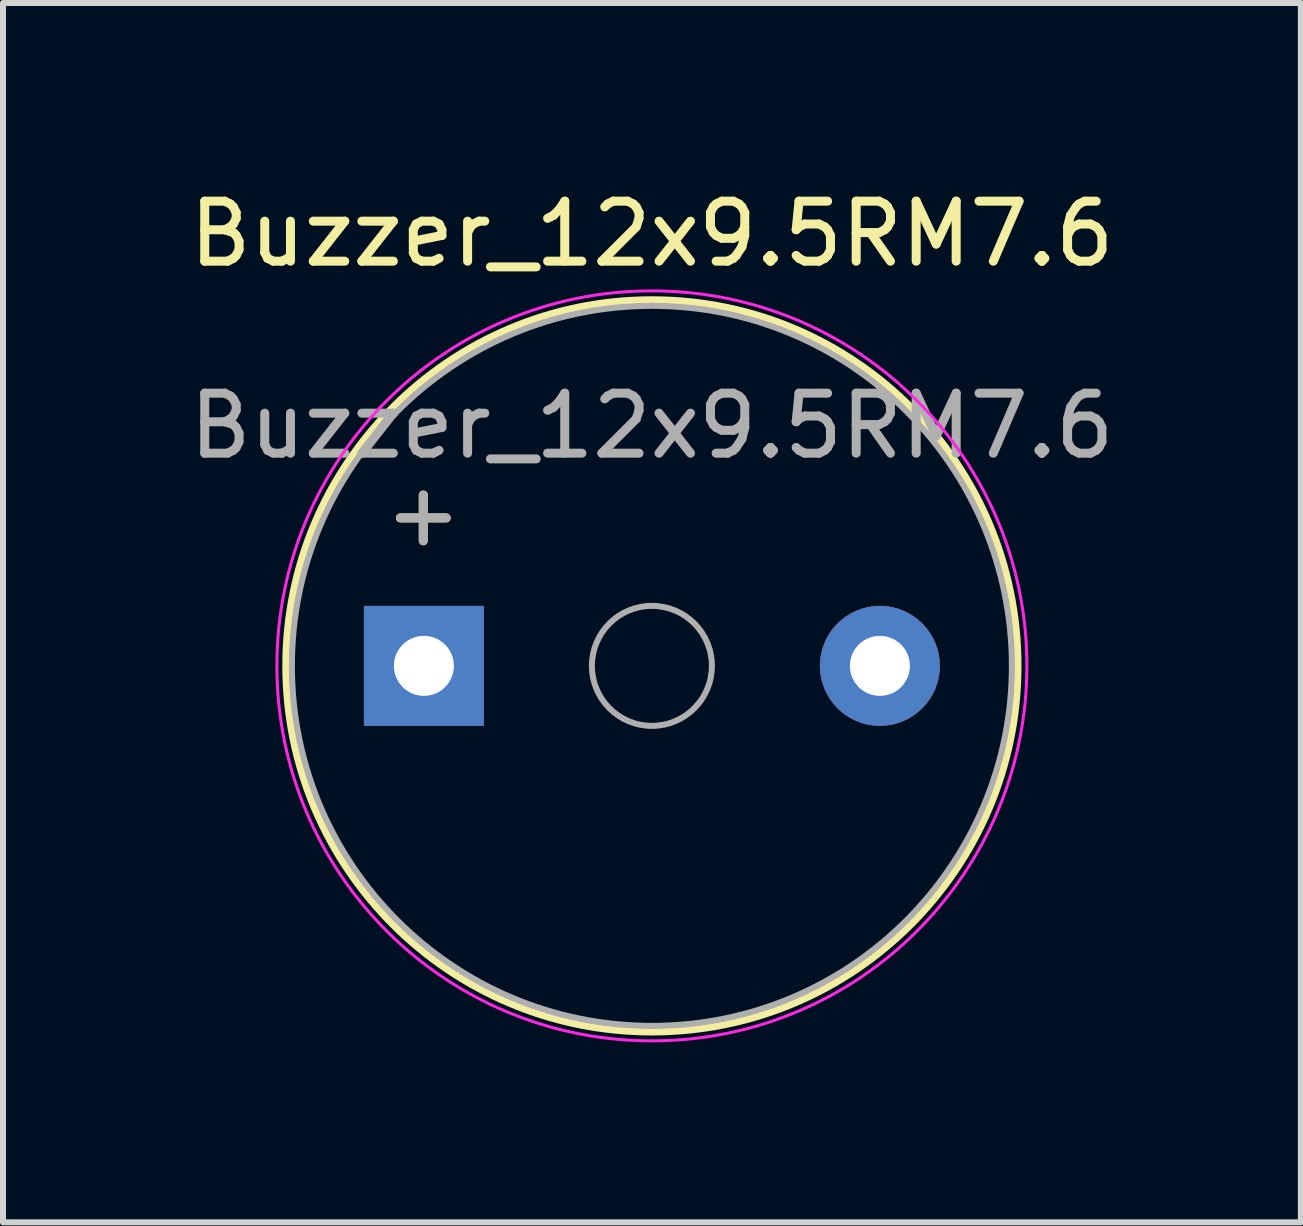
<source format=kicad_pcb>
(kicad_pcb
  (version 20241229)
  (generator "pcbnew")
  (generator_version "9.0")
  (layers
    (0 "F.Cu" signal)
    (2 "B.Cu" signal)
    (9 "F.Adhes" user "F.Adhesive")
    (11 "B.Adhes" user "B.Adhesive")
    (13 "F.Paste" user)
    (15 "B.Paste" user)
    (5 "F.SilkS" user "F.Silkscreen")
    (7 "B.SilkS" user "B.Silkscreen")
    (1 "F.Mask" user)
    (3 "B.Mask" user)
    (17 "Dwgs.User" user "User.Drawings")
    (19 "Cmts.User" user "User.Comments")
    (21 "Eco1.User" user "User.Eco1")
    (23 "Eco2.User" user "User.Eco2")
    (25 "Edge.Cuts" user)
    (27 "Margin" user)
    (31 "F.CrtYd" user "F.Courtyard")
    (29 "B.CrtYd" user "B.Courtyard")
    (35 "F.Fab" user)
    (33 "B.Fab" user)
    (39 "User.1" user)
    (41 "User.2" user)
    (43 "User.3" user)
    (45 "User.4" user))
  (footprint "Buzzer_12x9.5RM7.6"
    (layer "F.Cu")
    (at 4.015 8.048)
    (property "Reference" "Buzzer_12x9.5RM7.6" (at 3.8 -7.2 0) (layer "F.SilkS") (effects (font (size 1 1) (thickness 0.15))))
    (attr through_hole)
    (fp_circle (center 3.8 0) (end 9.9 0) (stroke (width 0.12) (type solid)) (fill no) (layer "F.SilkS"))
    (fp_circle (center 3.8 0) (end 10.05 0) (stroke (width 0.05) (type solid)) (fill no) (layer "F.CrtYd"))
    (fp_circle (center 3.8 0) (end 4.8 0) (stroke (width 0.1) (type solid)) (fill no) (layer "F.Fab"))
    (fp_circle (center 3.8 0) (end 9.8 0) (stroke (width 0.1) (type solid)) (fill no) (layer "F.Fab"))
    (fp_text user "+" (at -0.01 -2.54 0) (layer "F.SilkS") (effects (font (size 1 1) (thickness 0.15))))
    (fp_text user "+" (at -0.01 -2.54 0) (layer "F.Fab") (effects (font (size 1 1) (thickness 0.15))))
    (fp_text user "${REFERENCE}" (at 3.8 -4 0) (layer "F.Fab") (effects (font (size 1 1) (thickness 0.15))))
    (pad "1" thru_hole rect (at 0 0) (size 2 2) (drill 1) (layers "*.Cu" "*.Mask"))
    (pad "2" thru_hole circle (at 7.6 0) (size 2 2) (drill 1) (layers "*.Cu" "*.Mask")))
  (gr_rect
    (start -3 -3)
    (end 18.631 17.323)
    (stroke (width 0.1) (type default))
    (fill no)
    (layer "Edge.Cuts")))
</source>
